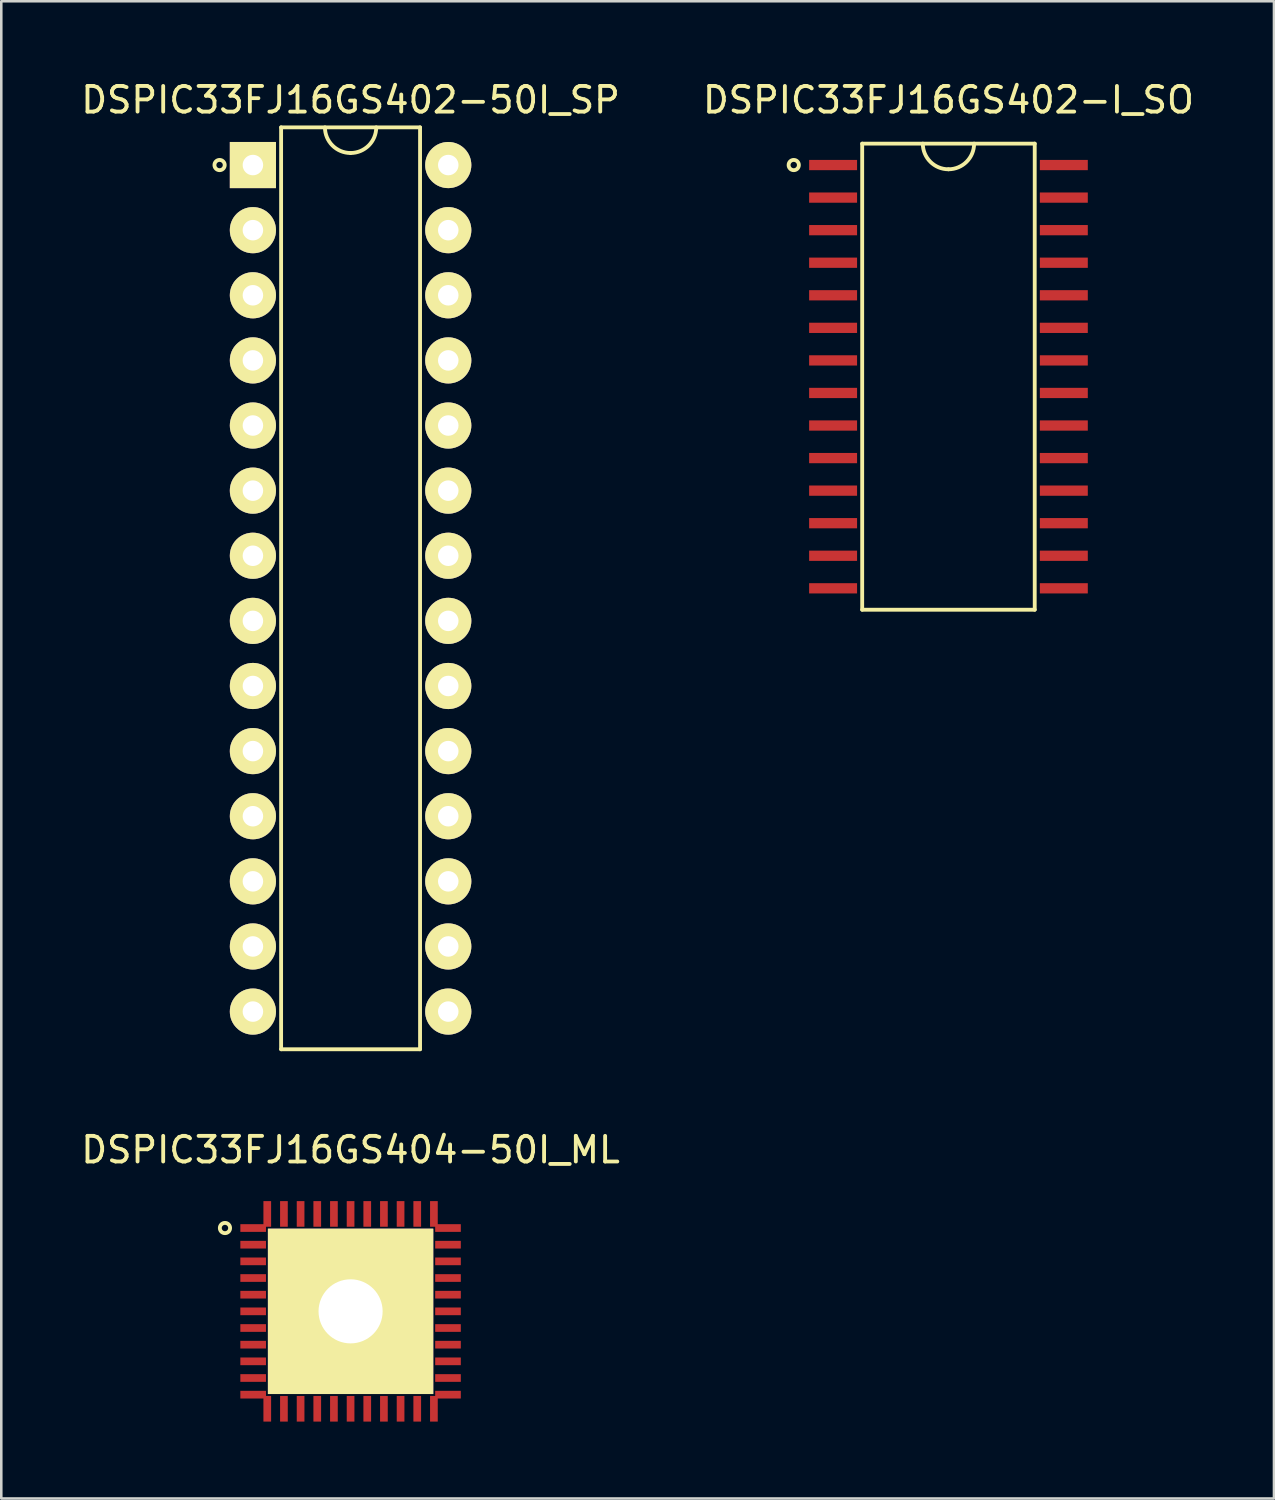
<source format=kicad_pcb>
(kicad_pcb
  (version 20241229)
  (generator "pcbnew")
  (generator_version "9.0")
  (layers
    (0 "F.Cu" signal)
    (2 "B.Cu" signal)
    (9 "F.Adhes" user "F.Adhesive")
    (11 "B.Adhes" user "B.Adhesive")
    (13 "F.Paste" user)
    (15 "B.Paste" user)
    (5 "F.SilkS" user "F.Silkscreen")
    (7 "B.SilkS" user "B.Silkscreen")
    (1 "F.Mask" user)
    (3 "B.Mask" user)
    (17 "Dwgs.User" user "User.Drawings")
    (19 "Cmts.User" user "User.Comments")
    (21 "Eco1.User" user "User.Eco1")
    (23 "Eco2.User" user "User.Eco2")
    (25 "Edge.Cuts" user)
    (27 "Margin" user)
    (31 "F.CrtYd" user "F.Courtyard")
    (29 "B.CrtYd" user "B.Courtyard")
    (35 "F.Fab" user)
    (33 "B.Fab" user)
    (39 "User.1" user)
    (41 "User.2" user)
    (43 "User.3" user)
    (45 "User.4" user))
  (footprint "DSPIC33FJ16GS404-50I_ML"
    (layer "F.Cu")
    (at 6.825 44.301)
    (property "Reference" "DSPIC33FJ16GS404-50I_ML" (at 3.8 -2.5 0) (layer "F.SilkS") (effects (font (size 1 1) (thickness 0.15))))
    (attr through_hole)
    (fp_line (start 0.7 0.7) (end 0.7 6.9) (stroke (width 0.15) (type solid)) (layer "F.SilkS"))
    (fp_line (start 0.7 0.7) (end 6.9 0.7) (stroke (width 0.15) (type solid)) (layer "F.SilkS"))
    (fp_line (start 0.7 6.9) (end 6.9 6.9) (stroke (width 0.15) (type solid)) (layer "F.SilkS"))
    (fp_line (start 6.9 6.9) (end 6.9 0.7) (stroke (width 0.15) (type solid)) (layer "F.SilkS"))
    (fp_circle (center -1.1 0.55) (end -1.1 0.35) (stroke (width 0.15) (type solid)) (fill no) (layer "F.SilkS"))
    (fp_circle (center 1.7 1.7) (end 1.7 1.2) (stroke (width 0.15) (type solid)) (fill no) (layer "F.SilkS"))
    (pad "1" smd rect (at 0 0.55) (size 1 0.3) (layers "F.Cu" "F.Mask" "F.Paste"))
    (pad "2" smd rect (at 0 1.2) (size 1 0.3) (layers "F.Cu" "F.Mask" "F.Paste"))
    (pad "3" smd rect (at 0 1.85) (size 1 0.3) (layers "F.Cu" "F.Mask" "F.Paste"))
    (pad "4" smd rect (at 0 2.5) (size 1 0.3) (layers "F.Cu" "F.Mask" "F.Paste"))
    (pad "5" smd rect (at 0 3.15) (size 1 0.3) (layers "F.Cu" "F.Mask" "F.Paste"))
    (pad "6" smd rect (at 0 3.8) (size 1 0.3) (layers "F.Cu" "F.Mask" "F.Paste"))
    (pad "7" smd rect (at 0 4.45) (size 1 0.3) (layers "F.Cu" "F.Mask" "F.Paste"))
    (pad "8" smd rect (at 0 5.1) (size 1 0.3) (layers "F.Cu" "F.Mask" "F.Paste"))
    (pad "9" smd rect (at 0 5.75) (size 1 0.3) (layers "F.Cu" "F.Mask" "F.Paste"))
    (pad "10" smd rect (at 0 6.4) (size 1 0.3) (layers "F.Cu" "F.Mask" "F.Paste"))
    (pad "11" smd rect (at 0 7.05) (size 1 0.3) (layers "F.Cu" "F.Mask" "F.Paste"))
    (pad "12" smd rect (at 0.55 7.6) (size 0.3 1) (layers "F.Cu" "F.Mask" "F.Paste"))
    (pad "13" smd rect (at 1.2 7.6) (size 0.3 1) (layers "F.Cu" "F.Mask" "F.Paste"))
    (pad "14" smd rect (at 1.85 7.6) (size 0.3 1) (layers "F.Cu" "F.Mask" "F.Paste"))
    (pad "15" smd rect (at 2.5 7.6) (size 0.3 1) (layers "F.Cu" "F.Mask" "F.Paste"))
    (pad "16" smd rect (at 3.15 7.6) (size 0.3 1) (layers "F.Cu" "F.Mask" "F.Paste"))
    (pad "17" smd rect (at 3.8 7.6) (size 0.3 1) (layers "F.Cu" "F.Mask" "F.Paste"))
    (pad "18" smd rect (at 4.45 7.6) (size 0.3 1) (layers "F.Cu" "F.Mask" "F.Paste"))
    (pad "19" smd rect (at 5.1 7.6) (size 0.3 1) (layers "F.Cu" "F.Mask" "F.Paste"))
    (pad "20" smd rect (at 5.75 7.6) (size 0.3 1) (layers "F.Cu" "F.Mask" "F.Paste"))
    (pad "21" smd rect (at 6.4 7.6) (size 0.3 1) (layers "F.Cu" "F.Mask" "F.Paste"))
    (pad "22" smd rect (at 7.05 7.6) (size 0.3 1) (layers "F.Cu" "F.Mask" "F.Paste"))
    (pad "23" smd rect (at 7.6 7.05) (size 1 0.3) (layers "F.Cu" "F.Mask" "F.Paste"))
    (pad "24" smd rect (at 7.6 6.4) (size 1 0.3) (layers "F.Cu" "F.Mask" "F.Paste"))
    (pad "25" smd rect (at 7.6 5.75) (size 1 0.3) (layers "F.Cu" "F.Mask" "F.Paste"))
    (pad "26" smd rect (at 7.6 5.1) (size 1 0.3) (layers "F.Cu" "F.Mask" "F.Paste"))
    (pad "27" smd rect (at 7.6 4.45) (size 1 0.3) (layers "F.Cu" "F.Mask" "F.Paste"))
    (pad "28" smd rect (at 7.6 3.8) (size 1 0.3) (layers "F.Cu" "F.Mask" "F.Paste"))
    (pad "29" smd rect (at 7.6 3.15) (size 1 0.3) (layers "F.Cu" "F.Mask" "F.Paste"))
    (pad "30" smd rect (at 7.6 2.5) (size 1 0.3) (layers "F.Cu" "F.Mask" "F.Paste"))
    (pad "31" smd rect (at 7.6 1.85) (size 1 0.3) (layers "F.Cu" "F.Mask" "F.Paste"))
    (pad "32" smd rect (at 7.6 1.2) (size 1 0.3) (layers "F.Cu" "F.Mask" "F.Paste"))
    (pad "33" smd rect (at 7.6 0.55) (size 1 0.3) (layers "F.Cu" "F.Mask" "F.Paste"))
    (pad "34" smd rect (at 7.05 0) (size 0.3 1) (layers "F.Cu" "F.Mask" "F.Paste"))
    (pad "35" smd rect (at 6.4 0) (size 0.3 1) (layers "F.Cu" "F.Mask" "F.Paste"))
    (pad "36" smd rect (at 5.75 0) (size 0.3 1) (layers "F.Cu" "F.Mask" "F.Paste"))
    (pad "37" smd rect (at 5.1 0) (size 0.3 1) (layers "F.Cu" "F.Mask" "F.Paste"))
    (pad "38" smd rect (at 4.45 0) (size 0.3 1) (layers "F.Cu" "F.Mask" "F.Paste"))
    (pad "39" smd rect (at 3.8 0) (size 0.3 1) (layers "F.Cu" "F.Mask" "F.Paste"))
    (pad "40" smd rect (at 3.15 0) (size 0.3 1) (layers "F.Cu" "F.Mask" "F.Paste"))
    (pad "41" smd rect (at 2.5 0) (size 0.3 1) (layers "F.Cu" "F.Mask" "F.Paste"))
    (pad "42" smd rect (at 1.85 0) (size 0.3 1) (layers "F.Cu" "F.Mask" "F.Paste"))
    (pad "43" smd rect (at 1.2 0) (size 0.3 1) (layers "F.Cu" "F.Mask" "F.Paste"))
    (pad "44" smd rect (at 0.55 0) (size 0.3 1) (layers "F.Cu" "F.Mask" "F.Paste"))
    (pad "999" thru_hole rect (at 3.8 3.8) (size 6.45 6.45) (drill 2.5) (layers "*.Cu" "*.Mask" "F.SilkS")))
  (footprint "DSPIC33FJ16GS402-I_SO"
    (layer "F.Cu")
    (at 29.446 3.388)
    (property "Reference" "DSPIC33FJ16GS402-I_SO" (at 4.5 -2.54 0) (layer "F.SilkS") (effects (font (size 1 1) (thickness 0.15))))
    (attr through_hole)
    (fp_line (start 1.135 -0.835) (end 7.865 -0.835) (stroke (width 0.15) (type solid)) (layer "F.SilkS"))
    (fp_line (start 1.135 17.345) (end 1.135 -0.835) (stroke (width 0.15) (type solid)) (layer "F.SilkS"))
    (fp_line (start 7.865 -0.835) (end 7.865 17.345) (stroke (width 0.15) (type solid)) (layer "F.SilkS"))
    (fp_line (start 7.865 17.345) (end 1.135 17.345) (stroke (width 0.15) (type solid)) (layer "F.SilkS"))
    (fp_arc (start 4.5 0.165) (mid 3.792893 -0.127893) (end 3.5 -0.835) (stroke (width 0.15) (type solid)) (layer "F.SilkS"))
    (fp_arc (start 5.5 -0.835) (mid 5.207107 -0.127893) (end 4.5 0.165) (stroke (width 0.15) (type solid)) (layer "F.SilkS"))
    (fp_circle (center -1.535 0) (end -1.535 0.2) (stroke (width 0.15) (type solid)) (fill no) (layer "F.SilkS"))
    (pad "1" smd rect (at 0 0) (size 1.87 0.4) (layers "F.Cu" "F.Mask" "F.Paste"))
    (pad "2" smd rect (at 0 1.27) (size 1.87 0.4) (layers "F.Cu" "F.Mask" "F.Paste"))
    (pad "3" smd rect (at 0 2.54) (size 1.87 0.4) (layers "F.Cu" "F.Mask" "F.Paste"))
    (pad "4" smd rect (at 0 3.81) (size 1.87 0.4) (layers "F.Cu" "F.Mask" "F.Paste"))
    (pad "5" smd rect (at 0 5.08) (size 1.87 0.4) (layers "F.Cu" "F.Mask" "F.Paste"))
    (pad "6" smd rect (at 0 6.35) (size 1.87 0.4) (layers "F.Cu" "F.Mask" "F.Paste"))
    (pad "7" smd rect (at 0 7.62) (size 1.87 0.4) (layers "F.Cu" "F.Mask" "F.Paste"))
    (pad "8" smd rect (at 0 8.89) (size 1.87 0.4) (layers "F.Cu" "F.Mask" "F.Paste"))
    (pad "9" smd rect (at 0 10.16) (size 1.87 0.4) (layers "F.Cu" "F.Mask" "F.Paste"))
    (pad "10" smd rect (at 0 11.43) (size 1.87 0.4) (layers "F.Cu" "F.Mask" "F.Paste"))
    (pad "11" smd rect (at 0 12.7) (size 1.87 0.4) (layers "F.Cu" "F.Mask" "F.Paste"))
    (pad "12" smd rect (at 0 13.97) (size 1.87 0.4) (layers "F.Cu" "F.Mask" "F.Paste"))
    (pad "13" smd rect (at 0 15.24) (size 1.87 0.4) (layers "F.Cu" "F.Mask" "F.Paste"))
    (pad "14" smd rect (at 0 16.51) (size 1.87 0.4) (layers "F.Cu" "F.Mask" "F.Paste"))
    (pad "15" smd rect (at 9 16.51) (size 1.87 0.4) (layers "F.Cu" "F.Mask" "F.Paste"))
    (pad "16" smd rect (at 9 15.24) (size 1.87 0.4) (layers "F.Cu" "F.Mask" "F.Paste"))
    (pad "17" smd rect (at 9 13.97) (size 1.87 0.4) (layers "F.Cu" "F.Mask" "F.Paste"))
    (pad "18" smd rect (at 9 12.7) (size 1.87 0.4) (layers "F.Cu" "F.Mask" "F.Paste"))
    (pad "19" smd rect (at 9 11.43) (size 1.87 0.4) (layers "F.Cu" "F.Mask" "F.Paste"))
    (pad "20" smd rect (at 9 10.16) (size 1.87 0.4) (layers "F.Cu" "F.Mask" "F.Paste"))
    (pad "21" smd rect (at 9 8.89) (size 1.87 0.4) (layers "F.Cu" "F.Mask" "F.Paste"))
    (pad "22" smd rect (at 9 7.62) (size 1.87 0.4) (layers "F.Cu" "F.Mask" "F.Paste"))
    (pad "23" smd rect (at 9 6.35) (size 1.87 0.4) (layers "F.Cu" "F.Mask" "F.Paste"))
    (pad "24" smd rect (at 9 5.08) (size 1.87 0.4) (layers "F.Cu" "F.Mask" "F.Paste"))
    (pad "25" smd rect (at 9 3.81) (size 1.87 0.4) (layers "F.Cu" "F.Mask" "F.Paste"))
    (pad "26" smd rect (at 9 2.54) (size 1.87 0.4) (layers "F.Cu" "F.Mask" "F.Paste"))
    (pad "27" smd rect (at 9 1.27) (size 1.87 0.4) (layers "F.Cu" "F.Mask" "F.Paste"))
    (pad "28" smd rect (at 9 0) (size 1.87 0.4) (layers "F.Cu" "F.Mask" "F.Paste")))
  (footprint "DSPIC33FJ16GS402-50I_SP"
    (layer "F.Cu")
    (at 6.815 3.388)
    (property "Reference" "DSPIC33FJ16GS402-50I_SP" (at 3.81 -2.54 0) (layer "F.SilkS") (effects (font (size 1 1) (thickness 0.15))))
    (attr through_hole)
    (fp_line (start 1.1 -1.47) (end 6.52 -1.47) (stroke (width 0.15) (type solid)) (layer "F.SilkS"))
    (fp_line (start 1.1 34.49) (end 1.1 -1.47) (stroke (width 0.15) (type solid)) (layer "F.SilkS"))
    (fp_line (start 6.52 -1.47) (end 6.52 34.49) (stroke (width 0.15) (type solid)) (layer "F.SilkS"))
    (fp_line (start 6.52 34.49) (end 1.1 34.49) (stroke (width 0.15) (type solid)) (layer "F.SilkS"))
    (fp_arc (start 3.81 -0.47) (mid 3.102893 -0.762893) (end 2.81 -1.47) (stroke (width 0.15) (type solid)) (layer "F.SilkS"))
    (fp_arc (start 4.81 -1.47) (mid 4.517107 -0.762893) (end 3.81 -0.47) (stroke (width 0.15) (type solid)) (layer "F.SilkS"))
    (fp_circle (center -1.3 0) (end -1.3 0.2) (stroke (width 0.15) (type solid)) (fill no) (layer "F.SilkS"))
    (pad "1" thru_hole rect (at 0 0) (size 1.8 1.8) (drill 0.8) (layers "*.Cu" "*.Mask" "F.SilkS"))
    (pad "2" thru_hole circle (at 0 2.54) (size 1.8 1.8) (drill 0.8) (layers "*.Cu" "*.Mask" "F.SilkS"))
    (pad "3" thru_hole circle (at 0 5.08) (size 1.8 1.8) (drill 0.8) (layers "*.Cu" "*.Mask" "F.SilkS"))
    (pad "4" thru_hole circle (at 0 7.62) (size 1.8 1.8) (drill 0.8) (layers "*.Cu" "*.Mask" "F.SilkS"))
    (pad "5" thru_hole circle (at 0 10.16) (size 1.8 1.8) (drill 0.8) (layers "*.Cu" "*.Mask" "F.SilkS"))
    (pad "6" thru_hole circle (at 0 12.7) (size 1.8 1.8) (drill 0.8) (layers "*.Cu" "*.Mask" "F.SilkS"))
    (pad "7" thru_hole circle (at 0 15.24) (size 1.8 1.8) (drill 0.8) (layers "*.Cu" "*.Mask" "F.SilkS"))
    (pad "8" thru_hole circle (at 0 17.78) (size 1.8 1.8) (drill 0.8) (layers "*.Cu" "*.Mask" "F.SilkS"))
    (pad "9" thru_hole circle (at 0 20.32) (size 1.8 1.8) (drill 0.8) (layers "*.Cu" "*.Mask" "F.SilkS"))
    (pad "10" thru_hole circle (at 0 22.86) (size 1.8 1.8) (drill 0.8) (layers "*.Cu" "*.Mask" "F.SilkS"))
    (pad "11" thru_hole circle (at 0 25.4) (size 1.8 1.8) (drill 0.8) (layers "*.Cu" "*.Mask" "F.SilkS"))
    (pad "12" thru_hole circle (at 0 27.94) (size 1.8 1.8) (drill 0.8) (layers "*.Cu" "*.Mask" "F.SilkS"))
    (pad "13" thru_hole circle (at 0 30.48) (size 1.8 1.8) (drill 0.8) (layers "*.Cu" "*.Mask" "F.SilkS"))
    (pad "14" thru_hole circle (at 0 33.02) (size 1.8 1.8) (drill 0.8) (layers "*.Cu" "*.Mask" "F.SilkS"))
    (pad "15" thru_hole circle (at 7.62 33.02) (size 1.8 1.8) (drill 0.8) (layers "*.Cu" "*.Mask" "F.SilkS"))
    (pad "16" thru_hole circle (at 7.62 30.48) (size 1.8 1.8) (drill 0.8) (layers "*.Cu" "*.Mask" "F.SilkS"))
    (pad "17" thru_hole circle (at 7.62 27.94) (size 1.8 1.8) (drill 0.8) (layers "*.Cu" "*.Mask" "F.SilkS"))
    (pad "18" thru_hole circle (at 7.62 25.4) (size 1.8 1.8) (drill 0.8) (layers "*.Cu" "*.Mask" "F.SilkS"))
    (pad "19" thru_hole circle (at 7.62 22.86) (size 1.8 1.8) (drill 0.8) (layers "*.Cu" "*.Mask" "F.SilkS"))
    (pad "20" thru_hole circle (at 7.62 20.32) (size 1.8 1.8) (drill 0.8) (layers "*.Cu" "*.Mask" "F.SilkS"))
    (pad "21" thru_hole circle (at 7.62 17.78) (size 1.8 1.8) (drill 0.8) (layers "*.Cu" "*.Mask" "F.SilkS"))
    (pad "22" thru_hole circle (at 7.62 15.24) (size 1.8 1.8) (drill 0.8) (layers "*.Cu" "*.Mask" "F.SilkS"))
    (pad "23" thru_hole circle (at 7.62 12.7) (size 1.8 1.8) (drill 0.8) (layers "*.Cu" "*.Mask" "F.SilkS"))
    (pad "24" thru_hole circle (at 7.62 10.16) (size 1.8 1.8) (drill 0.8) (layers "*.Cu" "*.Mask" "F.SilkS"))
    (pad "25" thru_hole circle (at 7.62 7.62) (size 1.8 1.8) (drill 0.8) (layers "*.Cu" "*.Mask" "F.SilkS"))
    (pad "26" thru_hole circle (at 7.62 5.08) (size 1.8 1.8) (drill 0.8) (layers "*.Cu" "*.Mask" "F.SilkS"))
    (pad "27" thru_hole circle (at 7.62 2.54) (size 1.8 1.8) (drill 0.8) (layers "*.Cu" "*.Mask" "F.SilkS"))
    (pad "28" thru_hole circle (at 7.62 0) (size 1.8 1.8) (drill 0.8) (layers "*.Cu" "*.Mask" "F.SilkS")))
  (gr_rect
    (start -3 -3)
    (end 46.643 55.401)
    (stroke (width 0.1) (type default))
    (fill no)
    (layer "Edge.Cuts")))
</source>
